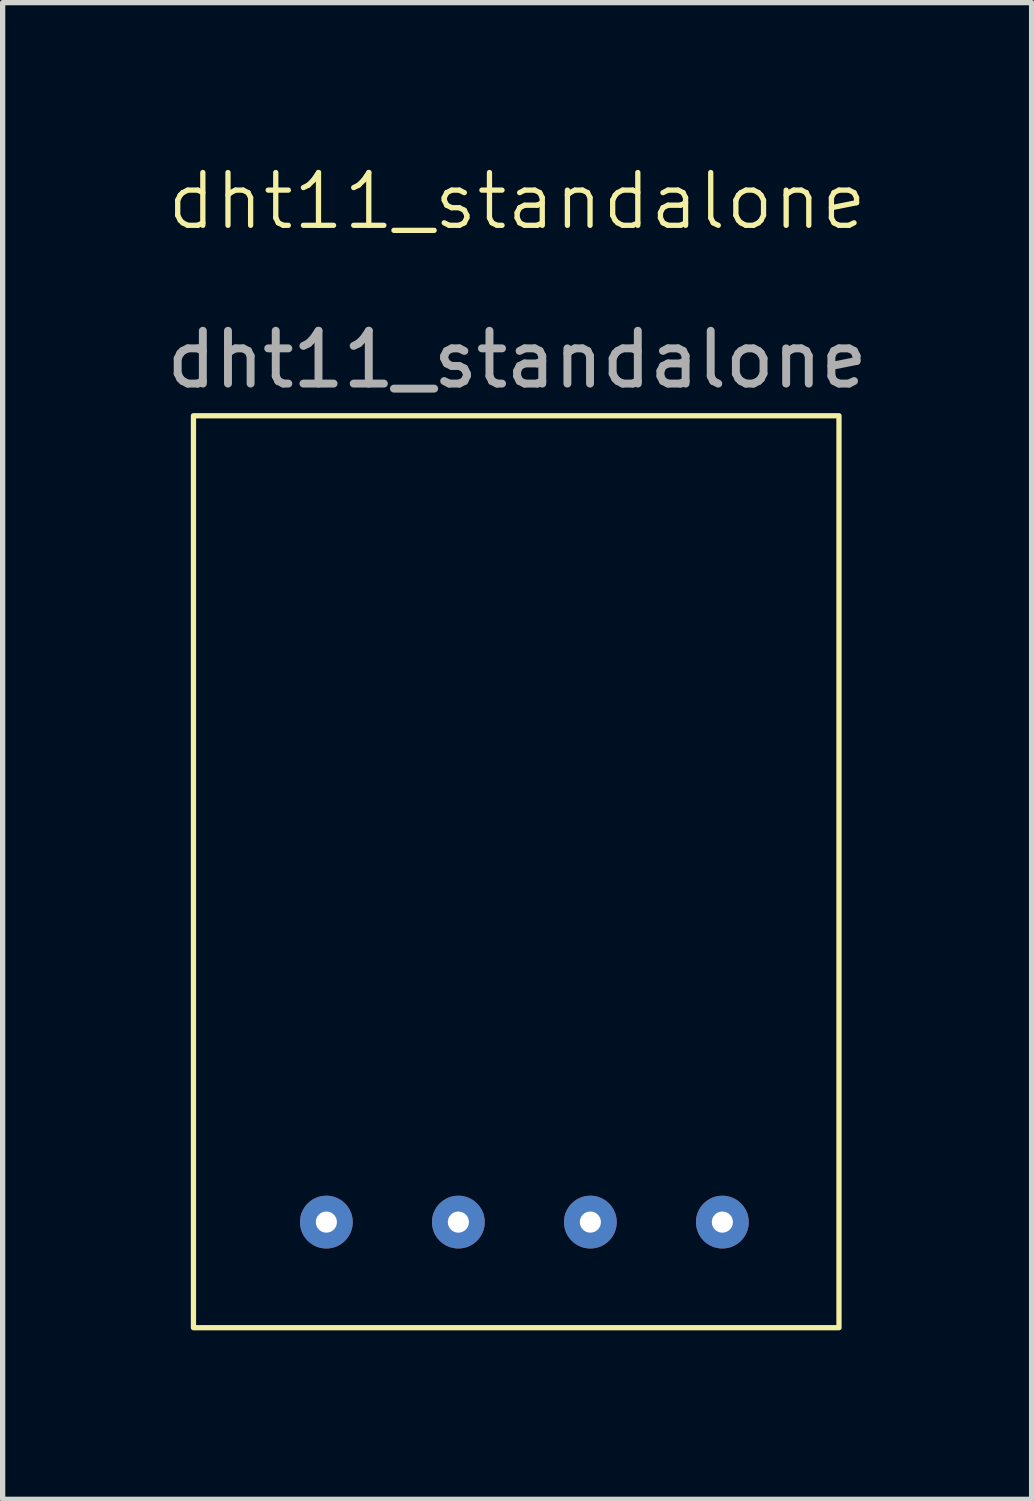
<source format=kicad_pcb>
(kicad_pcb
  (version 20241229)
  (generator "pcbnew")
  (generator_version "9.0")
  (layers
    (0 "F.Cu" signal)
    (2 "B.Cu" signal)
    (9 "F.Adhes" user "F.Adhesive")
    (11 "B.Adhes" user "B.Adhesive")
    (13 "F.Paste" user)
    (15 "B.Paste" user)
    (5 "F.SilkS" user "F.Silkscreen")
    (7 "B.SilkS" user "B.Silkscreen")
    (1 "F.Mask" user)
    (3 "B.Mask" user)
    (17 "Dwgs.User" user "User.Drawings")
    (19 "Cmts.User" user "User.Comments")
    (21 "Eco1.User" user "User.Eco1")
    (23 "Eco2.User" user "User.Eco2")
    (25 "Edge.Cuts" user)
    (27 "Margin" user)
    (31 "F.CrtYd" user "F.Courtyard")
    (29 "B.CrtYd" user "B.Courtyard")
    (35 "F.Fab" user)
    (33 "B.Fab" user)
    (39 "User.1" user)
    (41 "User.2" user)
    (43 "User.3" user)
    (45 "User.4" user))
  (footprint "dht11_standalone"
    (layer "F.Cu")
    (at 0.631 22.096)
    (property "Reference" "dht11_standalone" (at 6.113 -21.336 0) (unlocked yes) (layer "F.SilkS") (effects (font (size 1 1) (thickness 0.1))))
    (attr smd)
    (fp_rect (start -0.017 -17.272) (end 12.209 0) (stroke (width 0.1) (type default)) (fill no) (layer "F.SilkS"))
    (fp_rect (start -0.127 -17.399) (end 12.319 0.127) (stroke (width 0.1) (type default)) (fill no) (layer "Margin"))
    (fp_text user "${REFERENCE}" (at 6.113 -18.336 0) (unlocked yes) (layer "F.Fab") (effects (font (size 1 1) (thickness 0.15))))
    (pad "1" thru_hole circle (at 2.5 -2) (size 1 1) (drill 0.4) (layers "*.Cu" "*.Mask"))
    (pad "2" thru_hole circle (at 5 -2) (size 1 1) (drill 0.4) (layers "*.Cu" "*.Mask"))
    (pad "3" thru_hole circle (at 7.5 -2) (size 1 1) (drill 0.4) (layers "*.Cu" "*.Mask"))
    (pad "4" thru_hole circle (at 10 -2) (size 1 1) (drill 0.4) (layers "*.Cu" "*.Mask")))
  (gr_rect
    (start -3 -3)
    (end 16.488 25.346)
    (stroke (width 0.1) (type default))
    (fill no)
    (layer "Edge.Cuts")))
</source>
